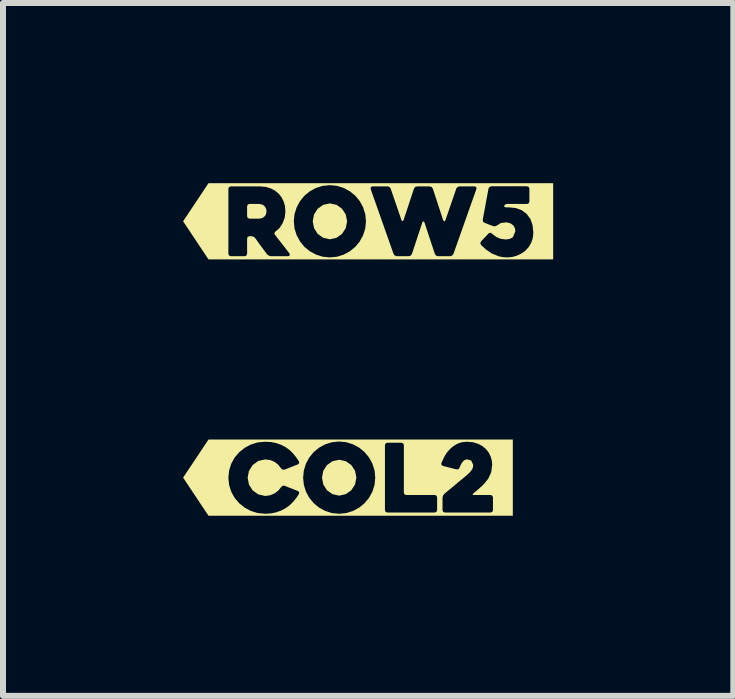
<source format=kicad_pcb>
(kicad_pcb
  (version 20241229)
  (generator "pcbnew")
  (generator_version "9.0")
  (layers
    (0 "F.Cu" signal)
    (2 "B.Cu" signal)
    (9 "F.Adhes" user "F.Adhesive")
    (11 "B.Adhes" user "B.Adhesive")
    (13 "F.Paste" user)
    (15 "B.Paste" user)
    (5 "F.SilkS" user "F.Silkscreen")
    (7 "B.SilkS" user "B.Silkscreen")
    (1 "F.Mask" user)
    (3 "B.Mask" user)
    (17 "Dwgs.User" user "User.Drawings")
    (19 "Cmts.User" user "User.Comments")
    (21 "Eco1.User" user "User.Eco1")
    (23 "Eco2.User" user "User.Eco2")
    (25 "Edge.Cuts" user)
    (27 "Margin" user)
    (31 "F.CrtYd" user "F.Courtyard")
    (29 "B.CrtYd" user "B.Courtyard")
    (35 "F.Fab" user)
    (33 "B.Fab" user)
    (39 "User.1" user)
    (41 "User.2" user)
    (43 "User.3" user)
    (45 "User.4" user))
  (footprint "kibuzzard-63106F26"
    (layer "F.Cu")
    (at 2.746 4.906)
    (property "Reference" "kibuzzard-63106F26" (at 0 -0.635 0) (layer "F.SilkS") (effects (font (size 0.001 0.001) (thickness 0.000003))))
    (attr board_only exclude_from_pos_files exclude_from_bom)
    (fp_poly (pts (xy -0.433 0) (xy -0.411 0.114) (xy -0.35 0.21) (xy -0.258 0.275) (xy -0.147 0.3) (xy -0.036 0.275) (xy 0.056 0.21) (xy 0.118 0.114) (xy 0.14 0) (xy 0.118 -0.114) (xy 0.056 -0.209) (xy -0.036 -0.274) (xy -0.147 -0.298) (xy -0.258 -0.274) (xy -0.35 -0.209) (xy -0.411 -0.114) (xy -0.433 0)) (stroke (width 0) (type solid)) (fill yes) (layer "F.SilkS"))
    (fp_poly (pts (xy -1.992 -0.635) (xy -1.813 -0.422) (xy -1.723 -0.495) (xy -1.619 -0.551) (xy -1.504 -0.587) (xy -1.381 -0.598) (xy -1.281 -0.593) (xy -1.192 -0.575) (xy -1.112 -0.546) (xy -1.039 -0.508) (xy -0.974 -0.461) (xy -0.916 -0.404) (xy -0.864 -0.34) (xy -0.816 -0.27) (xy -0.812 -0.243) (xy -0.831 -0.222) (xy -1.057 -0.133) (xy -1.089 -0.133) (xy -1.112 -0.152) (xy -1.163 -0.217) (xy -1.224 -0.264) (xy -1.295 -0.293) (xy -1.381 -0.303) (xy -1.494 -0.278) (xy -1.587 -0.21) (xy -1.649 -0.113) (xy -0.747 0) (xy -0.735 -0.12) (xy -0.7 -0.233) (xy -0.644 -0.336) (xy -0.571 -0.425) (xy -0.483 -0.498) (xy -0.381 -0.554) (xy -0.267 -0.59) (xy -0.147 -0.602) (xy -0.027 -0.59) (xy 0.086 -0.554) (xy 0.189 -0.498) (xy 0.277 -0.425) (xy 0.351 -0.336) (xy 0.407 -0.233) (xy 0.443 -0.12) (xy 0.454 0) (xy 0.443 0.12) (xy 0.407 0.233) (xy 0.616 0.543) (xy 0.616 -0.543) (xy 0.627 -0.57) (xy 0.654 -0.581) (xy 0.893 -0.581) (xy 0.92 -0.57) (xy 0.931 -0.543) (xy 0.931 0.251) (xy 0.941 0.278) (xy 0.969 0.289) (xy 1.447 0.289) (xy 1.474 0.3) (xy 1.485 0.327) (xy 1.485 0.543) (xy 1.474 0.57) (xy 1.447 0.581) (xy 0.654 0.581) (xy 0.627 0.57) (xy 0.616 0.543) (xy 0.407 0.233) (xy 0.351 0.336) (xy 0.277 0.425) (xy 0.189 0.498) (xy 0.086 0.554) (xy -0.027 0.59) (xy -0.147 0.602) (xy -0.267 0.59) (xy -0.381 0.554) (xy -0.483 0.498) (xy -0.571 0.425) (xy -0.644 0.336) (xy -0.7 0.233) (xy -0.735 0.12) (xy -0.747 0) (xy -1.649 -0.113) (xy -1.671 0.002) (xy -1.649 0.117) (xy -1.587 0.213) (xy -1.494 0.279) (xy -1.381 0.305) (xy -1.298 0.294) (xy -1.223 0.263) (xy -1.159 0.215) (xy -1.111 0.154) (xy -1.088 0.135) (xy -1.057 0.135) (xy -0.831 0.224) (xy -0.812 0.244) (xy -0.816 0.271) (xy -0.864 0.343) (xy -0.917 0.407) (xy -0.976 0.464) (xy -1.042 0.511) (xy -1.115 0.549) (xy -1.195 0.578) (xy -1.283 0.596) (xy -1.381 0.602) (xy -1.504 0.59) (xy -1.619 0.554) (xy -1.723 0.498) (xy -1.813 0.425) (xy -1.888 0.337) (xy -1.944 0.235) (xy -1.98 0.122) (xy -1.992 0.002) (xy -1.98 -0.119) (xy -1.944 -0.232) (xy -1.888 -0.334) (xy -1.813 -0.422) (xy -1.992 -0.635) (xy -2.323 -0.635) (xy -2.746 0) (xy -2.323 0.635) (xy -1.992 0.635) (xy 2.415 0.635) (xy 2.415 0.543) (xy 2.404 0.57) (xy 2.377 0.581) (xy 1.613 0.581) (xy 1.586 0.57) (xy 1.575 0.543) (xy 1.575 0.335) (xy 1.583 0.301) (xy 1.604 0.271) (xy 1.683 0.205) (xy 1.75 0.15) (xy 1.805 0.104) (xy 1.851 0.065) (xy 1.921 0.008) (xy 1.969 -0.032) (xy 2.032 -0.09) (xy 2.068 -0.137) (xy 2.083 -0.177) (xy 2.086 -0.214) (xy 2.052 -0.286) (xy 1.98 -0.305) (xy 1.936 -0.29) (xy 1.901 -0.253) (xy 1.875 -0.207) (xy 1.858 -0.164) (xy 1.84 -0.141) (xy 1.81 -0.137) (xy 1.58 -0.195) (xy 1.557 -0.214) (xy 1.555 -0.241) (xy 1.609 -0.356) (xy 1.648 -0.417) (xy 1.696 -0.473) (xy 1.753 -0.522) (xy 1.819 -0.563) (xy 1.895 -0.59) (xy 1.98 -0.598) (xy 2.081 -0.59) (xy 2.167 -0.564) (xy 2.24 -0.525) (xy 2.299 -0.475) (xy 2.345 -0.417) (xy 2.377 -0.352) (xy 2.396 -0.283) (xy 2.402 -0.214) (xy 2.386 -0.09) (xy 2.337 0.017) (xy 2.26 0.112) (xy 2.212 0.157) (xy 2.159 0.203) (xy 2.136 0.224) (xy 2.122 0.235) (xy 2.109 0.246) (xy 2.085 0.265) (xy 2.075 0.282) (xy 2.093 0.289) (xy 2.377 0.289) (xy 2.404 0.3) (xy 2.415 0.327) (xy 2.415 0.543) (xy 2.415 0.635) (xy 2.746 0.635) (xy 2.746 -0.635) (xy 2.415 -0.635) (xy -1.992 -0.635)) (stroke (width 0) (type solid)) (fill yes) (layer "F.SilkS")))
  (footprint "kibuzzard-63106E83"
    (layer "F.Cu")
    (at 3.082 0.636)
    (property "Reference" "kibuzzard-63106E83" (at 0 -0.635 0) (layer "F.SilkS") (effects (font (size 0.001 0.001) (thickness 0.000003))))
    (attr board_only exclude_from_pos_files exclude_from_bom)
    (fp_poly (pts (xy -1.978 -0.044) (xy -1.809 -0.044) (xy -1.77 -0.052) (xy -1.732 -0.074) (xy -1.703 -0.111) (xy -1.692 -0.164) (xy -1.697 -0.201) (xy -1.716 -0.242) (xy -1.753 -0.275) (xy -1.809 -0.289) (xy -1.978 -0.289) (xy -2.005 -0.278) (xy -2.016 -0.251) (xy -2.016 -0.083) (xy -2.005 -0.056) (xy -1.978 -0.044)) (stroke (width 0) (type solid)) (fill yes) (layer "F.SilkS"))
    (fp_poly (pts (xy -0.923 0) (xy -0.901 0.114) (xy -0.84 0.21) (xy -0.749 0.275) (xy -0.638 0.3) (xy -0.527 0.275) (xy -0.435 0.21) (xy -0.373 0.114) (xy -0.35 0) (xy -0.373 -0.114) (xy -0.435 -0.209) (xy -0.527 -0.274) (xy -0.638 -0.298) (xy -0.749 -0.274) (xy -0.84 -0.209) (xy -0.901 -0.114) (xy -0.923 0)) (stroke (width 0) (type solid)) (fill yes) (layer "F.SilkS"))
    (fp_poly (pts (xy -2.328 -0.635) (xy -2.317 -0.57) (xy -2.29 -0.581) (xy -1.797 -0.581) (xy -1.708 -0.573) (xy -1.627 -0.55) (xy -1.555 -0.513) (xy -1.494 -0.464) (xy -1.445 -0.403) (xy -1.408 -0.332) (xy -1.385 -0.252) (xy -1.378 -0.164) (xy -1.389 -0.063) (xy -1.424 0.032) (xy -1.476 0.112) (xy -1.238 0) (xy -1.226 -0.12) (xy -1.19 -0.233) (xy -1.134 -0.336) (xy -1.062 -0.425) (xy -0.973 -0.498) (xy -0.871 -0.554) (xy -0.758 -0.59) (xy -0.638 -0.602) (xy -0.517 -0.59) (xy -0.404 -0.554) (xy -0.302 -0.498) (xy -0.213 -0.425) (xy 0.043 -0.535) (xy 0.043 -0.568) (xy 0.067 -0.581) (xy 0.326 -0.581) (xy 0.356 -0.571) (xy 0.375 -0.546) (xy 0.556 -0.017) (xy 0.573 -0.002) (xy 0.589 -0.017) (xy 0.764 -0.545) (xy 0.783 -0.571) (xy 0.815 -0.581) (xy 1.026 -0.581) (xy 1.058 -0.571) (xy 1.077 -0.545) (xy 1.251 -0.014) (xy 1.268 0.002) (xy 1.286 -0.014) (xy 1.469 -0.546) (xy 1.49 -0.571) (xy 1.521 -0.581) (xy 1.778 -0.581) (xy 1.802 -0.568) (xy 1.804 -0.54) (xy 1.909 -0.025) (xy 2.005 -0.546) (xy 2.021 -0.572) (xy 2.05 -0.583) (xy 2.648 -0.583) (xy 2.675 -0.572) (xy 2.686 -0.545) (xy 2.686 -0.327) (xy 2.675 -0.3) (xy 2.648 -0.289) (xy 2.309 -0.289) (xy 2.281 -0.279) (xy 2.266 -0.257) (xy 2.271 -0.237) (xy 2.296 -0.232) (xy 2.317 -0.233) (xy 2.334 -0.233) (xy 2.456 -0.221) (xy 2.559 -0.184) (xy 2.642 -0.122) (xy 2.703 -0.038) (xy 2.739 0.066) (xy 2.752 0.191) (xy 2.743 0.276) (xy 2.717 0.356) (xy 2.674 0.43) (xy 2.615 0.494) (xy 2.55 0.539) (xy 2.477 0.573) (xy 2.398 0.595) (xy 2.315 0.602) (xy 2.242 0.597) (xy 2.175 0.583) (xy 2.059 0.536) (xy 1.962 0.469) (xy 1.88 0.394) (xy 1.868 0.367) (xy 1.878 0.338) (xy 2.009 0.2) (xy 2.033 0.19) (xy 2.059 0.202) (xy 2.095 0.233) (xy 2.147 0.267) (xy 2.213 0.293) (xy 2.294 0.303) (xy 2.362 0.293) (xy 2.412 0.264) (xy 2.453 0.164) (xy 2.445 0.116) (xy 2.421 0.071) (xy 2.375 0.036) (xy 2.307 0.017) (xy 2.21 0.029) (xy 2.145 0.07) (xy 2.114 0.084) (xy 2.082 0.081) (xy 1.939 0.025) (xy 1.914 0.006) (xy 1.909 -0.025) (xy 1.804 -0.54) (xy 1.42 0.545) (xy 1.399 0.571) (xy 1.367 0.581) (xy 1.162 0.581) (xy 1.131 0.571) (xy 1.112 0.545) (xy 0.937 0.016) (xy 0.92 0) (xy 0.904 0.016) (xy 0.729 0.545) (xy 0.71 0.571) (xy 0.678 0.581) (xy 0.474 0.581) (xy 0.442 0.569) (xy 0.424 0.545) (xy 0.043 -0.535) (xy -0.213 -0.425) (xy -0.14 -0.336) (xy -0.084 -0.233) (xy -0.048 -0.12) (xy -0.036 0) (xy -0.048 0.12) (xy -0.084 0.233) (xy -0.14 0.336) (xy -0.213 0.425) (xy -0.302 0.498) (xy -0.404 0.554) (xy -0.517 0.59) (xy -0.638 0.602) (xy -0.758 0.59) (xy -0.871 0.554) (xy -0.973 0.498) (xy -1.062 0.425) (xy -1.134 0.336) (xy -1.19 0.233) (xy -1.226 0.12) (xy -1.238 0) (xy -1.476 0.112) (xy -1.544 0.171) (xy -1.561 0.194) (xy -1.555 0.221) (xy -1.493 0.301) (xy -1.428 0.384) (xy -1.365 0.465) (xy -1.309 0.538) (xy -1.304 0.566) (xy -1.325 0.581) (xy -1.62 0.581) (xy -1.655 0.572) (xy -1.682 0.551) (xy -1.733 0.484) (xy -1.783 0.416) (xy -1.833 0.347) (xy -1.882 0.278) (xy -1.909 0.256) (xy -1.943 0.248) (xy -1.978 0.248) (xy -2.005 0.259) (xy -2.016 0.286) (xy -2.016 0.543) (xy -2.027 0.57) (xy -2.054 0.581) (xy -2.29 0.581) (xy -2.317 0.57) (xy -2.328 0.543) (xy -2.328 -0.543) (xy -2.317 -0.57) (xy -2.328 -0.635) (xy -2.659 -0.635) (xy -3.082 0) (xy -2.659 0.635) (xy -2.328 0.635) (xy 2.752 0.635) (xy 3.082 0.635) (xy 3.082 -0.635) (xy 2.752 -0.635) (xy -2.328 -0.635)) (stroke (width 0) (type solid)) (fill yes) (layer "F.SilkS")))
  (gr_rect
    (start -3 -3)
    (end 9.165 8.541)
    (stroke (width 0.1) (type default))
    (fill no)
    (layer "Edge.Cuts")))
</source>
